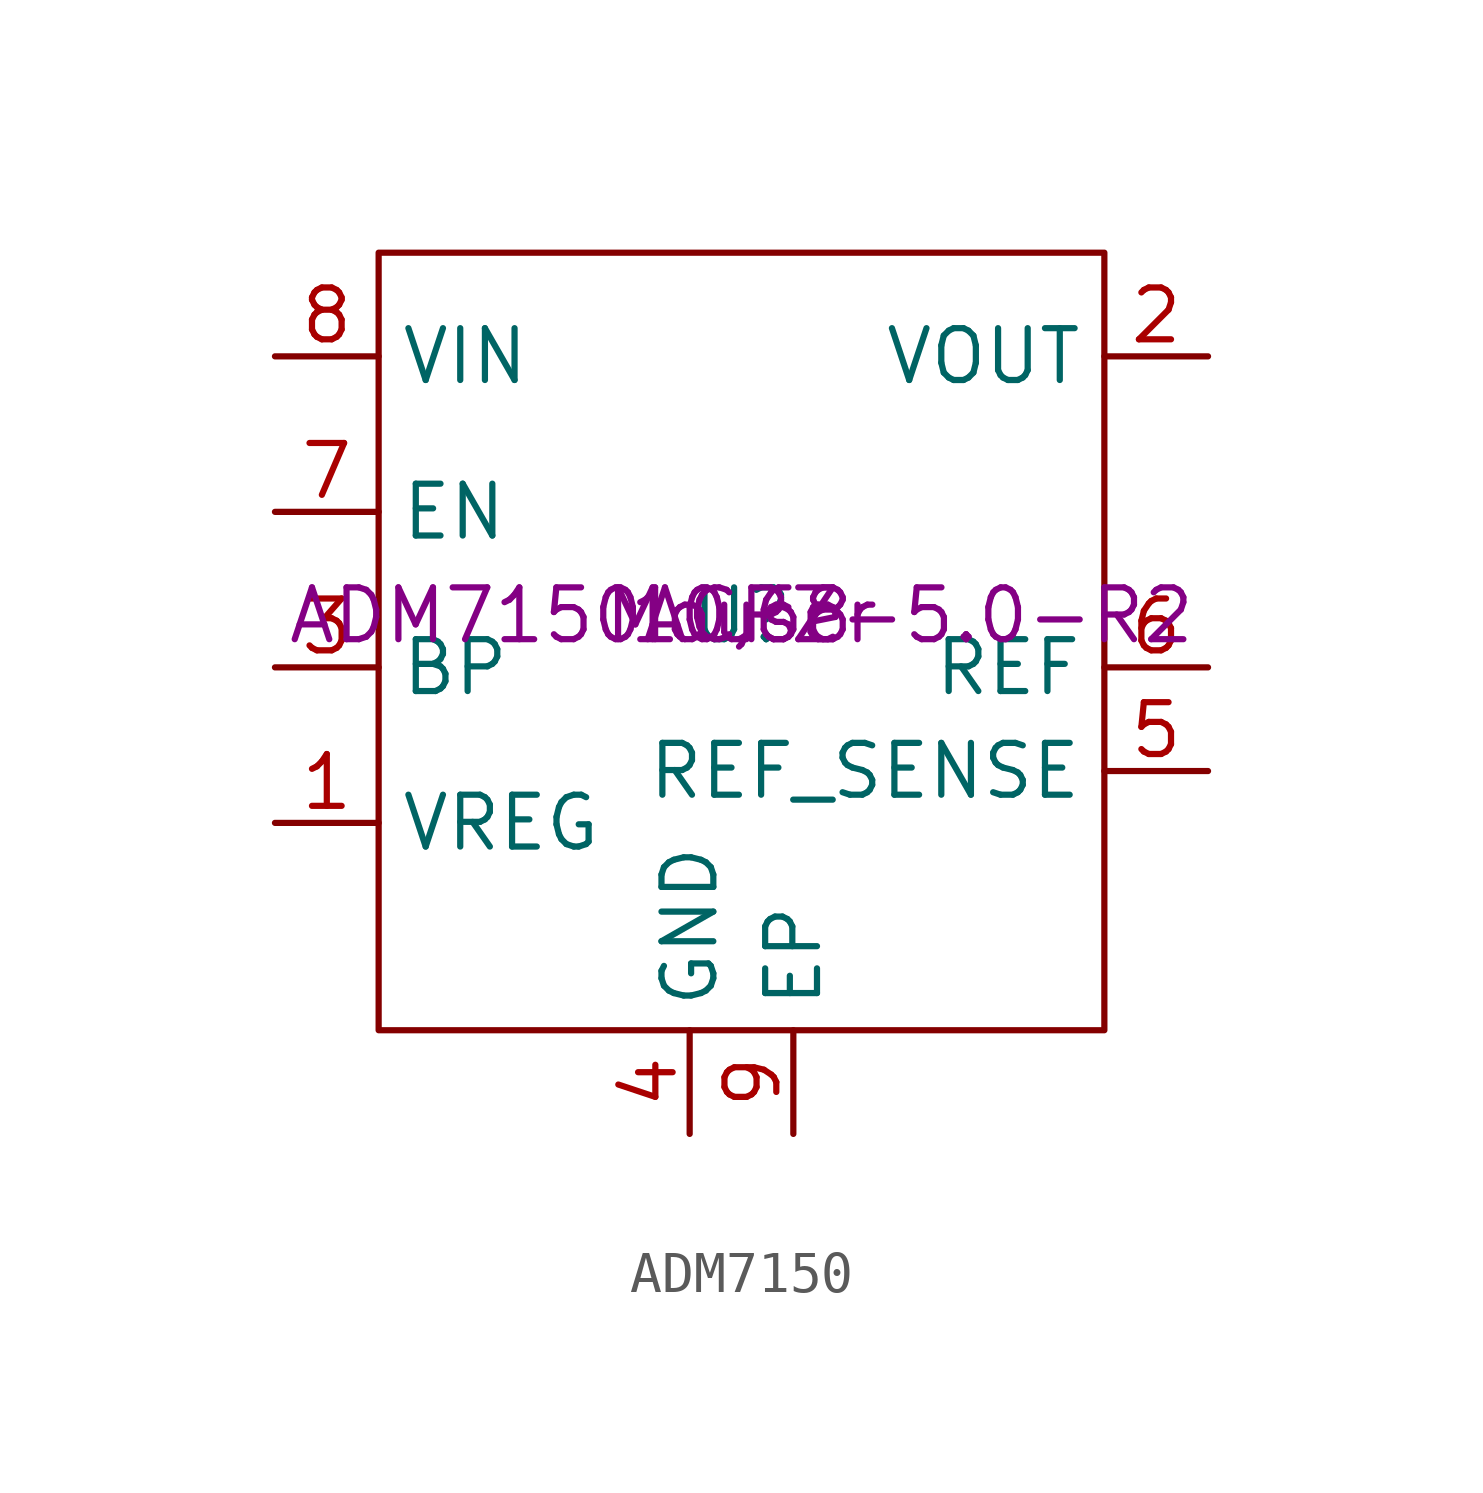
<source format=kicad_sym>
(kicad_symbol_lib
  (version 20220914)
  (generator kicad_symbol_editor)
  (symbol "ADM7150"
    (property "Reference" "U"
      (at 0 0 0)
      (effects (font (size 1.27 1.27))))
    (property "Part" "ADM7150ACPZ-5.0-R2"
      (at 0 0 0)
      (effects (font (size 1.27 1.27))))
    (property "Dis" "Mouser"
      (at 0 0 0)
      (effects (font (size 1.27 1.27))))
    (property "Price" "10,68"
      (at 0 0 0)
      (effects (font (size 1.27 1.27))))
    (symbol "ADM7150_0_1"
      (rectangle (start -8.89 8.89) (end 8.89 -10.16) (stroke (width 0) (type default)) (fill (type none))))
    (symbol "ADM7150_1_1"
      (pin input line (at -11.43 -5.08 0) (length 2.54) (name "VREG" (effects (font (size 1.27 1.27)))) (number "1" (effects (font (size 1.27 1.27)))))
      (pin input line (at 11.43 6.35 180) (length 2.54) (name "VOUT" (effects (font (size 1.27 1.27)))) (number "2" (effects (font (size 1.27 1.27)))))
      (pin input line (at -11.43 -1.27 0) (length 2.54) (name "BP" (effects (font (size 1.27 1.27)))) (number "3" (effects (font (size 1.27 1.27)))))
      (pin input line (at -1.27 -12.7 90) (length 2.54) (name "GND" (effects (font (size 1.27 1.27)))) (number "4" (effects (font (size 1.27 1.27)))))
      (pin input line (at 11.43 -3.81 180) (length 2.54) (name "REF_SENSE" (effects (font (size 1.27 1.27)))) (number "5" (effects (font (size 1.27 1.27)))))
      (pin input line (at 11.43 -1.27 180) (length 2.54) (name "REF" (effects (font (size 1.27 1.27)))) (number "6" (effects (font (size 1.27 1.27)))))
      (pin input line (at -11.43 2.54 0) (length 2.54) (name "EN" (effects (font (size 1.27 1.27)))) (number "7" (effects (font (size 1.27 1.27)))))
      (pin input line (at -11.43 6.35 0) (length 2.54) (name "VIN" (effects (font (size 1.27 1.27)))) (number "8" (effects (font (size 1.27 1.27)))))
      (pin input line (at 1.27 -12.7 90) (length 2.54) (name "EP" (effects (font (size 1.27 1.27)))) (number "9" (effects (font (size 1.27 1.27))))))))
</source>
